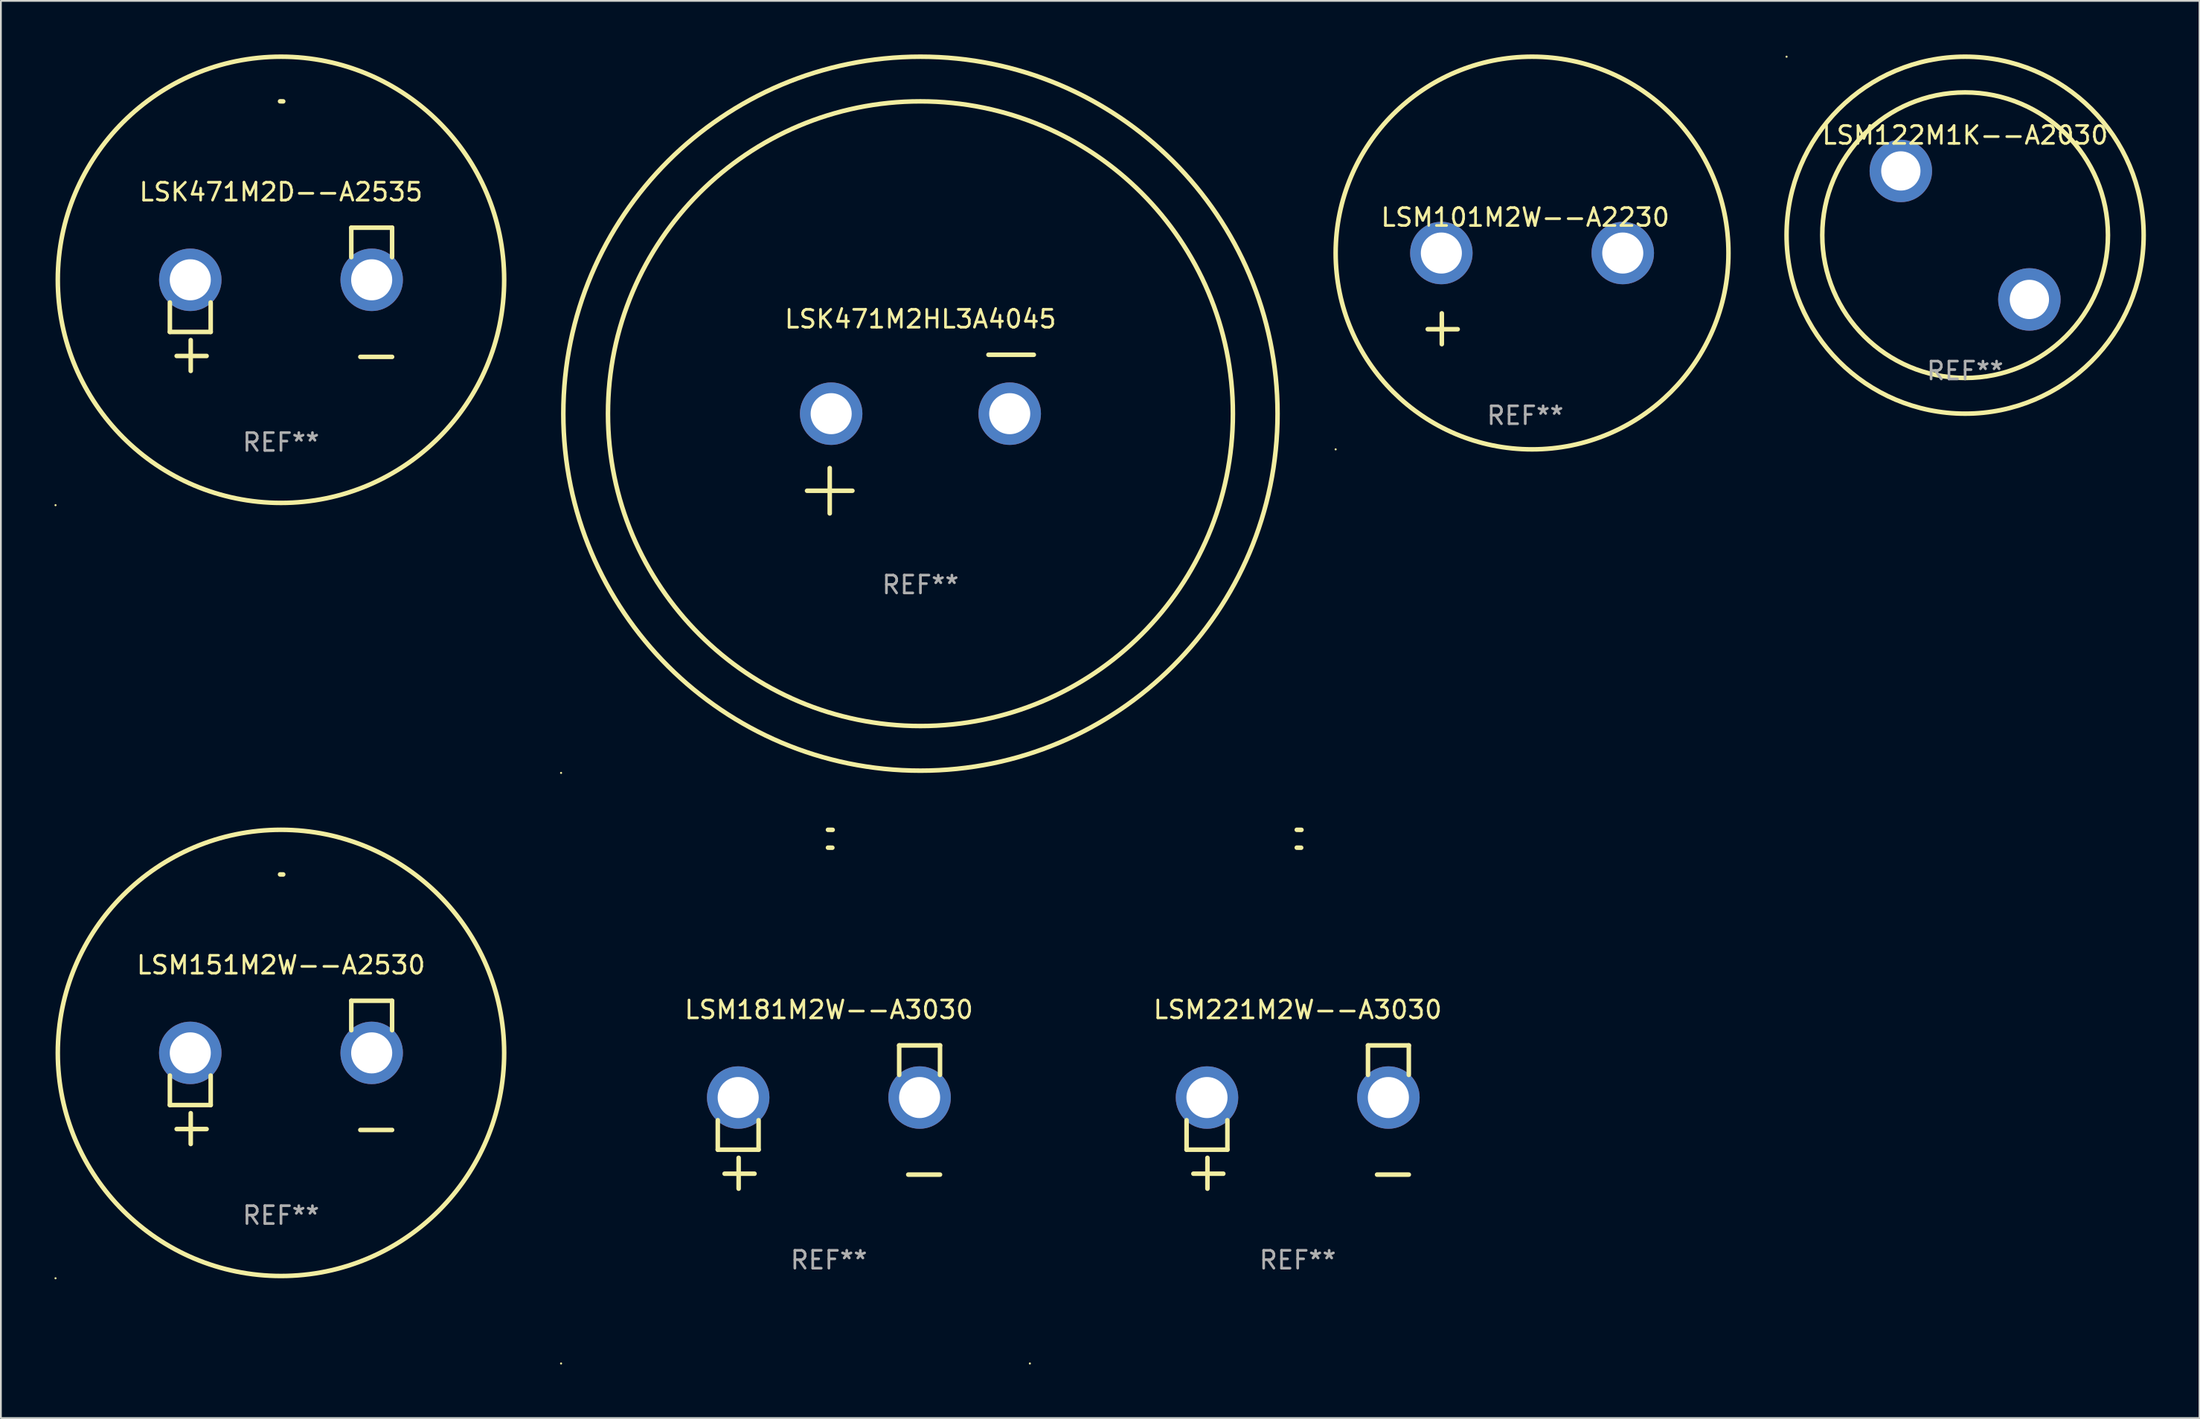
<source format=kicad_pcb>
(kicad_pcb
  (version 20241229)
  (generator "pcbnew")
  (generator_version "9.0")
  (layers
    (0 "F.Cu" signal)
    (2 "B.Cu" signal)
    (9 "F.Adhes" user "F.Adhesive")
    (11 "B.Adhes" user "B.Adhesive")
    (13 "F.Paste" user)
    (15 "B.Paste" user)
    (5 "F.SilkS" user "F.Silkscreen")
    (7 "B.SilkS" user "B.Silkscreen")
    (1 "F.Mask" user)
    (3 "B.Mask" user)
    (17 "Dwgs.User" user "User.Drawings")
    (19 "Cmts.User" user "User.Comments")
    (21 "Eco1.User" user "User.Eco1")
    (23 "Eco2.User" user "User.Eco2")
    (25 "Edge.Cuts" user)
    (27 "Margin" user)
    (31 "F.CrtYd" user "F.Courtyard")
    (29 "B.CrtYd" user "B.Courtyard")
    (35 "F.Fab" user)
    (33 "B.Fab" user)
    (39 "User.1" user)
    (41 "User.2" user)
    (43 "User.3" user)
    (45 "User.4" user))
  (footprint "LSM221M2W--A3030"
    (layer "F.Cu")
    (at 69.63 59.536)
    (property "Reference" "LSM221M2W--A3030" (at 0 -6.013 0) (layer "F.SilkS") (effects (font (size 1 1) (thickness 0.15))))
    (attr through_hole)
    (fp_line (start -6.223 0.178) (end -6.223 1.829) (stroke (width 0.254) (type solid)) (layer "F.SilkS"))
    (fp_line (start -6.223 1.829) (end -3.937 1.829) (stroke (width 0.254) (type solid)) (layer "F.SilkS"))
    (fp_line (start -5.055 4.013) (end -5.055 2.286) (stroke (width 0.254) (type solid)) (layer "F.SilkS"))
    (fp_line (start -4.166 3.175) (end -5.842 3.175) (stroke (width 0.254) (type solid)) (layer "F.SilkS"))
    (fp_line (start -3.937 1.829) (end -3.937 0.178) (stroke (width 0.254) (type solid)) (layer "F.SilkS"))
    (fp_line (start 3.937 -4.013) (end 3.937 -2.362) (stroke (width 0.254) (type solid)) (layer "F.SilkS"))
    (fp_line (start 6.223 -4.013) (end 3.937 -4.013) (stroke (width 0.254) (type solid)) (layer "F.SilkS"))
    (fp_line (start 6.223 -2.362) (end 6.223 -4.013) (stroke (width 0.254) (type solid)) (layer "F.SilkS"))
    (fp_line (start 6.223 3.226) (end 4.445 3.226) (stroke (width 0.254) (type solid)) (layer "F.SilkS"))
    (fp_arc (start -0.0508 -16.093472) (mid 0.080016 -16.092762) (end 0.210821 -16.090932) (stroke (width 0.254001) (type solid)) (layer "F.SilkS"))
    (fp_arc (start -0.0508 -15.09271) (mid 0.071125 -15.091961) (end 0.19304 -15.09017) (stroke (width 0.254001) (type solid)) (layer "F.SilkS"))
    (fp_circle (center -15 13.808) (end -14.97 13.808) (stroke (width 0.06) (type solid)) (fill no) (layer "F.SilkS"))
    (fp_text user "REF**" (at 0 8.013 0) (layer "F.Fab") (effects (font (size 1 1) (thickness 0.15))))
    (pad "1" thru_hole circle (at -5.08 -1.092) (size 3.5 3.5) (drill 2.3) (layers "*.Cu" "*.Mask"))
    (pad "2" thru_hole circle (at 5.08 -1.092) (size 3.5 3.5) (drill 2.3) (layers "*.Cu" "*.Mask")))
  (footprint "LSM151M2W--A2530"
    (layer "F.Cu")
    (at 12.687 57.034)
    (property "Reference" "LSM151M2W--A2530" (at 0 -6.013 0) (layer "F.SilkS") (effects (font (size 1 1) (thickness 0.15))))
    (attr through_hole)
    (fp_line (start -6.223 0.178) (end -6.223 1.829) (stroke (width 0.254) (type solid)) (layer "F.SilkS"))
    (fp_line (start -6.223 1.829) (end -3.937 1.829) (stroke (width 0.254) (type solid)) (layer "F.SilkS"))
    (fp_line (start -5.055 4.013) (end -5.055 2.286) (stroke (width 0.254) (type solid)) (layer "F.SilkS"))
    (fp_line (start -4.166 3.175) (end -5.842 3.175) (stroke (width 0.254) (type solid)) (layer "F.SilkS"))
    (fp_line (start -3.937 1.829) (end -3.937 0.178) (stroke (width 0.254) (type solid)) (layer "F.SilkS"))
    (fp_line (start 3.937 -4.013) (end 3.937 -2.362) (stroke (width 0.254) (type solid)) (layer "F.SilkS"))
    (fp_line (start 6.223 -4.013) (end 3.937 -4.013) (stroke (width 0.254) (type solid)) (layer "F.SilkS"))
    (fp_line (start 6.223 -2.362) (end 6.223 -4.013) (stroke (width 0.254) (type solid)) (layer "F.SilkS"))
    (fp_line (start 6.223 3.226) (end 4.445 3.226) (stroke (width 0.254) (type solid)) (layer "F.SilkS"))
    (fp_arc (start -0.0508 -11.092202) (mid 0.036835 -11.091307) (end 0.12446 -11.089662) (stroke (width 0.254001) (type solid)) (layer "F.SilkS"))
    (fp_circle (center -12.627 11.535) (end -12.597 11.535) (stroke (width 0.06) (type solid)) (fill no) (layer "F.SilkS"))
    (fp_circle (center 0 -1.092) (end 12.5 -1.092) (stroke (width 0.254) (type solid)) (fill no) (layer "F.SilkS"))
    (fp_text user "REF**" (at 0 8.013 0) (layer "F.Fab") (effects (font (size 1 1) (thickness 0.15))))
    (pad "1" thru_hole circle (at -5.08 -1.092) (size 3.5 3.5) (drill 2.3) (layers "*.Cu" "*.Mask"))
    (pad "2" thru_hole circle (at 5.08 -1.092) (size 3.5 3.5) (drill 2.3) (layers "*.Cu" "*.Mask")))
  (footprint "LSK471M2D--A2535"
    (layer "F.Cu")
    (at 12.687 13.719)
    (property "Reference" "LSK471M2D--A2535" (at 0 -6.013 0) (layer "F.SilkS") (effects (font (size 1 1) (thickness 0.15))))
    (attr through_hole)
    (fp_line (start -6.223 0.178) (end -6.223 1.829) (stroke (width 0.254) (type solid)) (layer "F.SilkS"))
    (fp_line (start -6.223 1.829) (end -3.937 1.829) (stroke (width 0.254) (type solid)) (layer "F.SilkS"))
    (fp_line (start -5.055 4.013) (end -5.055 2.286) (stroke (width 0.254) (type solid)) (layer "F.SilkS"))
    (fp_line (start -4.166 3.175) (end -5.842 3.175) (stroke (width 0.254) (type solid)) (layer "F.SilkS"))
    (fp_line (start -3.937 1.829) (end -3.937 0.178) (stroke (width 0.254) (type solid)) (layer "F.SilkS"))
    (fp_line (start 3.937 -4.013) (end 3.937 -2.362) (stroke (width 0.254) (type solid)) (layer "F.SilkS"))
    (fp_line (start 6.223 -4.013) (end 3.937 -4.013) (stroke (width 0.254) (type solid)) (layer "F.SilkS"))
    (fp_line (start 6.223 -2.362) (end 6.223 -4.013) (stroke (width 0.254) (type solid)) (layer "F.SilkS"))
    (fp_line (start 6.223 3.226) (end 4.445 3.226) (stroke (width 0.254) (type solid)) (layer "F.SilkS"))
    (fp_arc (start -0.0508 -11.092202) (mid 0.036835 -11.091307) (end 0.12446 -11.089662) (stroke (width 0.254001) (type solid)) (layer "F.SilkS"))
    (fp_circle (center -12.627 11.535) (end -12.597 11.535) (stroke (width 0.06) (type solid)) (fill no) (layer "F.SilkS"))
    (fp_circle (center 0 -1.092) (end 12.5 -1.092) (stroke (width 0.254) (type solid)) (fill no) (layer "F.SilkS"))
    (fp_text user "REF**" (at 0 8.013 0) (layer "F.Fab") (effects (font (size 1 1) (thickness 0.15))))
    (pad "1" thru_hole circle (at -5.08 -1.092) (size 3.5 3.5) (drill 2.3) (layers "*.Cu" "*.Mask"))
    (pad "2" thru_hole circle (at 5.08 -1.092) (size 3.5 3.5) (drill 2.3) (layers "*.Cu" "*.Mask")))
  (footprint "LSM101M2W--A2230"
    (layer "F.Cu")
    (at 82.375 13.68)
    (property "Reference" "LSM101M2W--A2230" (at 0 -4.553 0) (layer "F.SilkS") (effects (font (size 1 1) (thickness 0.15))))
    (attr through_hole)
    (fp_line (start -4.674 2.553) (end -4.674 0.826) (stroke (width 0.254) (type solid)) (layer "F.SilkS"))
    (fp_line (start -3.785 1.715) (end -5.461 1.715) (stroke (width 0.254) (type solid)) (layer "F.SilkS"))
    (fp_circle (center -10.619 8.447) (end -10.589 8.447) (stroke (width 0.06) (type solid)) (fill no) (layer "F.SilkS"))
    (fp_circle (center 0.381 -2.553) (end 11.381 -2.553) (stroke (width 0.254) (type solid)) (fill no) (layer "F.SilkS"))
    (fp_text user "REF**" (at 0 6.553 0) (layer "F.Fab") (effects (font (size 1 1) (thickness 0.15))))
    (pad "1" thru_hole circle (at -4.699 -2.553) (size 3.5 3.5) (drill 2.3) (layers "*.Cu" "*.Mask"))
    (pad "2" thru_hole circle (at 5.461 -2.553) (size 3.5 3.5) (drill 2.3) (layers "*.Cu" "*.Mask")))
  (footprint "LSK471M2HL3A4045"
    (layer "F.Cu")
    (at 48.501 21.271)
    (property "Reference" "LSK471M2HL3A4045" (at 0 -6.445 0) (layer "F.SilkS") (effects (font (size 1 1) (thickness 0.15))))
    (attr through_hole)
    (fp_line (start -6.35 3.175) (end -3.81 3.175) (stroke (width 0.254) (type solid)) (layer "F.SilkS"))
    (fp_line (start -5.08 1.905) (end -5.08 4.445) (stroke (width 0.254) (type solid)) (layer "F.SilkS"))
    (fp_line (start 3.81 -4.445) (end 6.35 -4.445) (stroke (width 0.254) (type solid)) (layer "F.SilkS"))
    (fp_circle (center -20.127 18.984) (end -20.097 18.984) (stroke (width 0.06) (type solid)) (fill no) (layer "F.SilkS"))
    (fp_circle (center 0 -1.143) (end 17.5 -1.143) (stroke (width 0.254) (type solid)) (fill no) (layer "F.SilkS"))
    (fp_circle (center 0 -1.143) (end 20.001 -1.143) (stroke (width 0.254) (type solid)) (fill no) (layer "F.SilkS"))
    (fp_text user "REF**" (at 0 8.445 0) (layer "F.Fab") (effects (font (size 1 1) (thickness 0.15))))
    (pad "1" thru_hole circle (at -5 -1.143) (size 3.5 3.5) (drill 2.3) (layers "*.Cu" "*.Mask"))
    (pad "2" thru_hole circle (at 5 -1.143) (size 3.5 3.5) (drill 2.3) (layers "*.Cu" "*.Mask")))
  (footprint "LSM122M1K--A2030"
    (layer "F.Cu")
    (at 107.01 10.127)
    (property "Reference" "LSM122M1K--A2030" (at 0 -5.6 0) (layer "F.SilkS") (effects (font (size 1 1) (thickness 0.15))))
    (attr through_hole)
    (fp_circle (center -10 -10) (end -9.97 -10) (stroke (width 0.06) (type solid)) (fill no) (layer "F.SilkS"))
    (fp_circle (center 0 0) (end 8 0) (stroke (width 0.254) (type solid)) (fill no) (layer "F.SilkS"))
    (fp_circle (center 0 0) (end 10 0) (stroke (width 0.254) (type solid)) (fill no) (layer "F.SilkS"))
    (fp_text user "+" (at -5.334 -2.101 0) (layer "B.Mask") (effects (font (size 1 1) (thickness 0.15))))
    (fp_text user "REF**" (at 0 7.6 0) (layer "F.Fab") (effects (font (size 1 1) (thickness 0.15))))
    (pad "1" thru_hole circle (at -3.6 -3.6) (size 3.5 3.5) (drill 2.2) (layers "*.Cu" "*.Mask"))
    (pad "2" thru_hole circle (at 3.6 3.6) (size 3.5 3.5) (drill 2.2) (layers "*.Cu" "*.Mask")))
  (footprint "LSM181M2W--A3030"
    (layer "F.Cu")
    (at 43.374 59.536)
    (property "Reference" "LSM181M2W--A3030" (at 0 -6.013 0) (layer "F.SilkS") (effects (font (size 1 1) (thickness 0.15))))
    (attr through_hole)
    (fp_line (start -6.223 0.178) (end -6.223 1.829) (stroke (width 0.254) (type solid)) (layer "F.SilkS"))
    (fp_line (start -6.223 1.829) (end -3.937 1.829) (stroke (width 0.254) (type solid)) (layer "F.SilkS"))
    (fp_line (start -5.055 4.013) (end -5.055 2.286) (stroke (width 0.254) (type solid)) (layer "F.SilkS"))
    (fp_line (start -4.166 3.175) (end -5.842 3.175) (stroke (width 0.254) (type solid)) (layer "F.SilkS"))
    (fp_line (start -3.937 1.829) (end -3.937 0.178) (stroke (width 0.254) (type solid)) (layer "F.SilkS"))
    (fp_line (start 3.937 -4.013) (end 3.937 -2.362) (stroke (width 0.254) (type solid)) (layer "F.SilkS"))
    (fp_line (start 6.223 -4.013) (end 3.937 -4.013) (stroke (width 0.254) (type solid)) (layer "F.SilkS"))
    (fp_line (start 6.223 -2.362) (end 6.223 -4.013) (stroke (width 0.254) (type solid)) (layer "F.SilkS"))
    (fp_line (start 6.223 3.226) (end 4.445 3.226) (stroke (width 0.254) (type solid)) (layer "F.SilkS"))
    (fp_arc (start -0.0508 -16.093472) (mid 0.080016 -16.092762) (end 0.210821 -16.090932) (stroke (width 0.254001) (type solid)) (layer "F.SilkS"))
    (fp_arc (start -0.0508 -15.09271) (mid 0.071125 -15.091961) (end 0.19304 -15.09017) (stroke (width 0.254001) (type solid)) (layer "F.SilkS"))
    (fp_circle (center -15 13.808) (end -14.97 13.808) (stroke (width 0.06) (type solid)) (fill no) (layer "F.SilkS"))
    (fp_text user "REF**" (at 0 8.013 0) (layer "F.Fab") (effects (font (size 1 1) (thickness 0.15))))
    (pad "1" thru_hole circle (at -5.08 -1.092) (size 3.5 3.5) (drill 2.3) (layers "*.Cu" "*.Mask"))
    (pad "2" thru_hole circle (at 5.08 -1.092) (size 3.5 3.5) (drill 2.3) (layers "*.Cu" "*.Mask")))
  (gr_rect
    (start -3 -3)
    (end 120.137 76.403)
    (stroke (width 0.1) (type default))
    (fill no)
    (layer "Edge.Cuts")))
</source>
